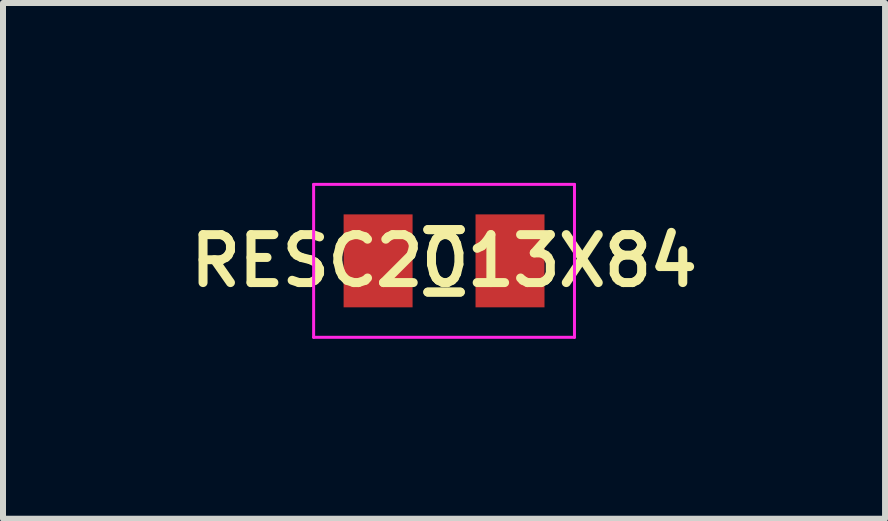
<source format=kicad_pcb>
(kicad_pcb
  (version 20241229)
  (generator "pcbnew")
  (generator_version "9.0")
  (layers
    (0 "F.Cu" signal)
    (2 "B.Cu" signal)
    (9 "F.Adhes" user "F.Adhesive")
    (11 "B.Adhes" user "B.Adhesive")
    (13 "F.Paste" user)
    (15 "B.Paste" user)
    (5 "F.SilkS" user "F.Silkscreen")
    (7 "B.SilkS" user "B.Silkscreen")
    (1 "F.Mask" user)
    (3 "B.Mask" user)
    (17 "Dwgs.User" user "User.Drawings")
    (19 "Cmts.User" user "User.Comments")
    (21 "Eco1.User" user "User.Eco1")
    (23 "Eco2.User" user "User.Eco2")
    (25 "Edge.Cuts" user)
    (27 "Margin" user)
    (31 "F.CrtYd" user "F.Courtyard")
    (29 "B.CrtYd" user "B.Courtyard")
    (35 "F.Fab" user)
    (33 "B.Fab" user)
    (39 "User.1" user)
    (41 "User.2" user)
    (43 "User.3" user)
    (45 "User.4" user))
  (footprint "RESC2013X84"
    (layer "F.Cu")
    (at 4.355 1.3)
    (property "Reference" "RESC2013X84" (at 0 0 0) (layer "F.SilkS") (effects (font (size 0.8 0.8) (thickness 0.15))))
    (attr smd)
    (fp_line (start -0.271 -0.521) (end 0.271 -0.521) (stroke (width 0.15) (type solid)) (layer "F.SilkS"))
    (fp_line (start -0.271 0.521) (end 0.271 0.521) (stroke (width 0.15) (type solid)) (layer "F.SilkS"))
    (fp_line (start 0.271 -0.521) (end -0.271 -0.521) (stroke (width 0.15) (type solid)) (layer "F.SilkS"))
    (fp_line (start 0.271 0.521) (end -0.271 0.521) (stroke (width 0.15) (type solid)) (layer "F.SilkS"))
    (fp_line (start -2.175 -1.275) (end 2.175 -1.275) (stroke (width 0.05) (type solid)) (layer "F.CrtYd"))
    (fp_line (start -2.175 1.275) (end -2.175 -1.275) (stroke (width 0.05) (type solid)) (layer "F.CrtYd"))
    (fp_line (start 2.175 -1.275) (end 2.175 1.275) (stroke (width 0.05) (type solid)) (layer "F.CrtYd"))
    (fp_line (start 2.175 1.275) (end -2.175 1.275) (stroke (width 0.05) (type solid)) (layer "F.CrtYd"))
    (pad "1" smd rect (at -1.1 0) (size 1.15 1.55) (layers "F.Cu" "F.Mask" "F.Paste"))
    (pad "2" smd rect (at 1.1 0) (size 1.15 1.55) (layers "F.Cu" "F.Mask" "F.Paste")))
  (gr_rect
    (start -3 -3)
    (end 11.709 5.6)
    (stroke (width 0.1) (type default))
    (fill no)
    (layer "Edge.Cuts")))
</source>
